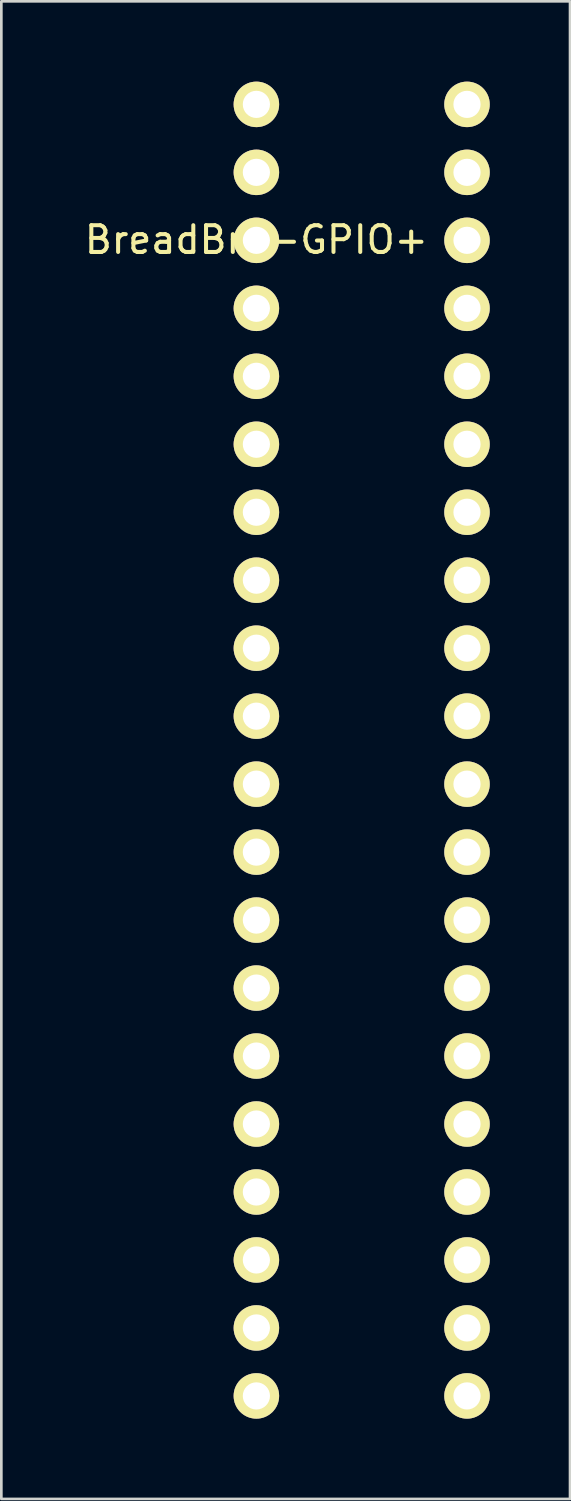
<source format=kicad_pcb>
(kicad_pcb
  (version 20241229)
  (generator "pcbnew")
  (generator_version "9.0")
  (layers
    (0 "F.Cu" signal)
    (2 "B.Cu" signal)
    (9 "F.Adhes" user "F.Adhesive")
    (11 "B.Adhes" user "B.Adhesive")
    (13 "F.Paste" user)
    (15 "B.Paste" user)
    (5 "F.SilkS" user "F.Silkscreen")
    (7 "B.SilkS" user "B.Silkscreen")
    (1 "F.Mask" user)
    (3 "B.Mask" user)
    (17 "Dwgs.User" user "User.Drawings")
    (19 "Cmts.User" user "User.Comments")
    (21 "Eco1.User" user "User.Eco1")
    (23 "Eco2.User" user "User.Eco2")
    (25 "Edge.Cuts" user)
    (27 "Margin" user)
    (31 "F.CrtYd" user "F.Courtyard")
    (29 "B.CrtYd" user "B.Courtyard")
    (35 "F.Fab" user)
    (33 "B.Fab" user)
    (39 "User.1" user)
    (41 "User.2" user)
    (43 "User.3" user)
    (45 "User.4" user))
  (footprint "BreadBrd-GPIO+"
    (layer "F.Cu")
    (at 6.53 0.85)
    (property "Reference" "BreadBrd-GPIO+" (at 0 5.06 0) (layer "F.SilkS") (effects (font (size 1 1) (thickness 0.15))))
    (attr through_hole)
    (pad "1" thru_hole circle (at 0 0) (size 1.7 1.7) (drill 1.016) (layers "*.Cu" "*.Mask" "F.SilkS"))
    (pad "2" thru_hole circle (at 7.87 0) (size 1.7 1.7) (drill 1.016) (layers "*.Cu" "*.Mask" "F.SilkS"))
    (pad "3" thru_hole circle (at 0 2.54) (size 1.7 1.7) (drill 1.016) (layers "*.Cu" "*.Mask" "F.SilkS"))
    (pad "4" thru_hole circle (at 7.87 2.54) (size 1.7 1.7) (drill 1.016) (layers "*.Cu" "*.Mask" "F.SilkS"))
    (pad "5" thru_hole circle (at 0 5.08) (size 1.7 1.7) (drill 1.016) (layers "*.Cu" "*.Mask" "F.SilkS"))
    (pad "6" thru_hole circle (at 7.87 5.08) (size 1.7 1.7) (drill 1.016) (layers "*.Cu" "*.Mask" "F.SilkS"))
    (pad "7" thru_hole circle (at 0 7.62) (size 1.7 1.7) (drill 1.016) (layers "*.Cu" "*.Mask" "F.SilkS"))
    (pad "8" thru_hole circle (at 7.87 7.62) (size 1.7 1.7) (drill 1.016) (layers "*.Cu" "*.Mask" "F.SilkS"))
    (pad "9" thru_hole circle (at 0 10.16) (size 1.7 1.7) (drill 1.016) (layers "*.Cu" "*.Mask" "F.SilkS"))
    (pad "10" thru_hole circle (at 7.87 10.16) (size 1.7 1.7) (drill 1.016) (layers "*.Cu" "*.Mask" "F.SilkS"))
    (pad "11" thru_hole circle (at 0 12.7) (size 1.7 1.7) (drill 1.016) (layers "*.Cu" "*.Mask" "F.SilkS"))
    (pad "12" thru_hole circle (at 7.87 12.7) (size 1.7 1.7) (drill 1.016) (layers "*.Cu" "*.Mask" "F.SilkS"))
    (pad "13" thru_hole circle (at 0 15.24) (size 1.7 1.7) (drill 1.016) (layers "*.Cu" "*.Mask" "F.SilkS"))
    (pad "14" thru_hole circle (at 7.87 15.24) (size 1.7 1.7) (drill 1.016) (layers "*.Cu" "*.Mask" "F.SilkS"))
    (pad "15" thru_hole circle (at 0 17.78) (size 1.7 1.7) (drill 1.016) (layers "*.Cu" "*.Mask" "F.SilkS"))
    (pad "16" thru_hole circle (at 7.87 17.78) (size 1.7 1.7) (drill 1.016) (layers "*.Cu" "*.Mask" "F.SilkS"))
    (pad "17" thru_hole circle (at 0 20.32) (size 1.7 1.7) (drill 1.016) (layers "*.Cu" "*.Mask" "F.SilkS"))
    (pad "18" thru_hole circle (at 7.87 20.32) (size 1.7 1.7) (drill 1.016) (layers "*.Cu" "*.Mask" "F.SilkS"))
    (pad "19" thru_hole circle (at 0 22.86) (size 1.7 1.7) (drill 1.016) (layers "*.Cu" "*.Mask" "F.SilkS"))
    (pad "20" thru_hole circle (at 7.87 22.86) (size 1.7 1.7) (drill 1.016) (layers "*.Cu" "*.Mask" "F.SilkS"))
    (pad "21" thru_hole circle (at 0 25.4) (size 1.7 1.7) (drill 1.016) (layers "*.Cu" "*.Mask" "F.SilkS"))
    (pad "22" thru_hole circle (at 7.87 25.4) (size 1.7 1.7) (drill 1.016) (layers "*.Cu" "*.Mask" "F.SilkS"))
    (pad "23" thru_hole circle (at 0 27.94) (size 1.7 1.7) (drill 1.016) (layers "*.Cu" "*.Mask" "F.SilkS"))
    (pad "24" thru_hole circle (at 7.87 27.94) (size 1.7 1.7) (drill 1.016) (layers "*.Cu" "*.Mask" "F.SilkS"))
    (pad "25" thru_hole circle (at 0 30.48) (size 1.7 1.7) (drill 1.016) (layers "*.Cu" "*.Mask" "F.SilkS"))
    (pad "26" thru_hole circle (at 7.87 30.48) (size 1.7 1.7) (drill 1.016) (layers "*.Cu" "*.Mask" "F.SilkS"))
    (pad "27" thru_hole circle (at 0 33.02) (size 1.7 1.7) (drill 1.016) (layers "*.Cu" "*.Mask" "F.SilkS"))
    (pad "28" thru_hole circle (at 7.87 33.02) (size 1.7 1.7) (drill 1.016) (layers "*.Cu" "*.Mask" "F.SilkS"))
    (pad "29" thru_hole circle (at 0 35.56) (size 1.7 1.7) (drill 1.016) (layers "*.Cu" "*.Mask" "F.SilkS"))
    (pad "30" thru_hole circle (at 7.87 35.56) (size 1.7 1.7) (drill 1.016) (layers "*.Cu" "*.Mask" "F.SilkS"))
    (pad "31" thru_hole circle (at 0 38.1) (size 1.7 1.7) (drill 1.016) (layers "*.Cu" "*.Mask" "F.SilkS"))
    (pad "32" thru_hole circle (at 7.87 38.1) (size 1.7 1.7) (drill 1.016) (layers "*.Cu" "*.Mask" "F.SilkS"))
    (pad "33" thru_hole circle (at 0 40.64) (size 1.7 1.7) (drill 1.016) (layers "*.Cu" "*.Mask" "F.SilkS"))
    (pad "34" thru_hole circle (at 7.87 40.64) (size 1.7 1.7) (drill 1.016) (layers "*.Cu" "*.Mask" "F.SilkS"))
    (pad "35" thru_hole circle (at 0 43.18) (size 1.7 1.7) (drill 1.016) (layers "*.Cu" "*.Mask" "F.SilkS"))
    (pad "36" thru_hole circle (at 7.87 43.18) (size 1.7 1.7) (drill 1.016) (layers "*.Cu" "*.Mask" "F.SilkS"))
    (pad "37" thru_hole circle (at 0 45.72) (size 1.7 1.7) (drill 1.016) (layers "*.Cu" "*.Mask" "F.SilkS"))
    (pad "38" thru_hole circle (at 7.87 45.72) (size 1.7 1.7) (drill 1.016) (layers "*.Cu" "*.Mask" "F.SilkS"))
    (pad "39" thru_hole circle (at 0 48.26) (size 1.7 1.7) (drill 1.016) (layers "*.Cu" "*.Mask" "F.SilkS"))
    (pad "40" thru_hole circle (at 7.87 48.26) (size 1.7 1.7) (drill 1.016) (layers "*.Cu" "*.Mask" "F.SilkS")))
  (gr_rect
    (start -3 -3)
    (end 18.25 52.96)
    (stroke (width 0.1) (type default))
    (fill no)
    (layer "Edge.Cuts")))
</source>
